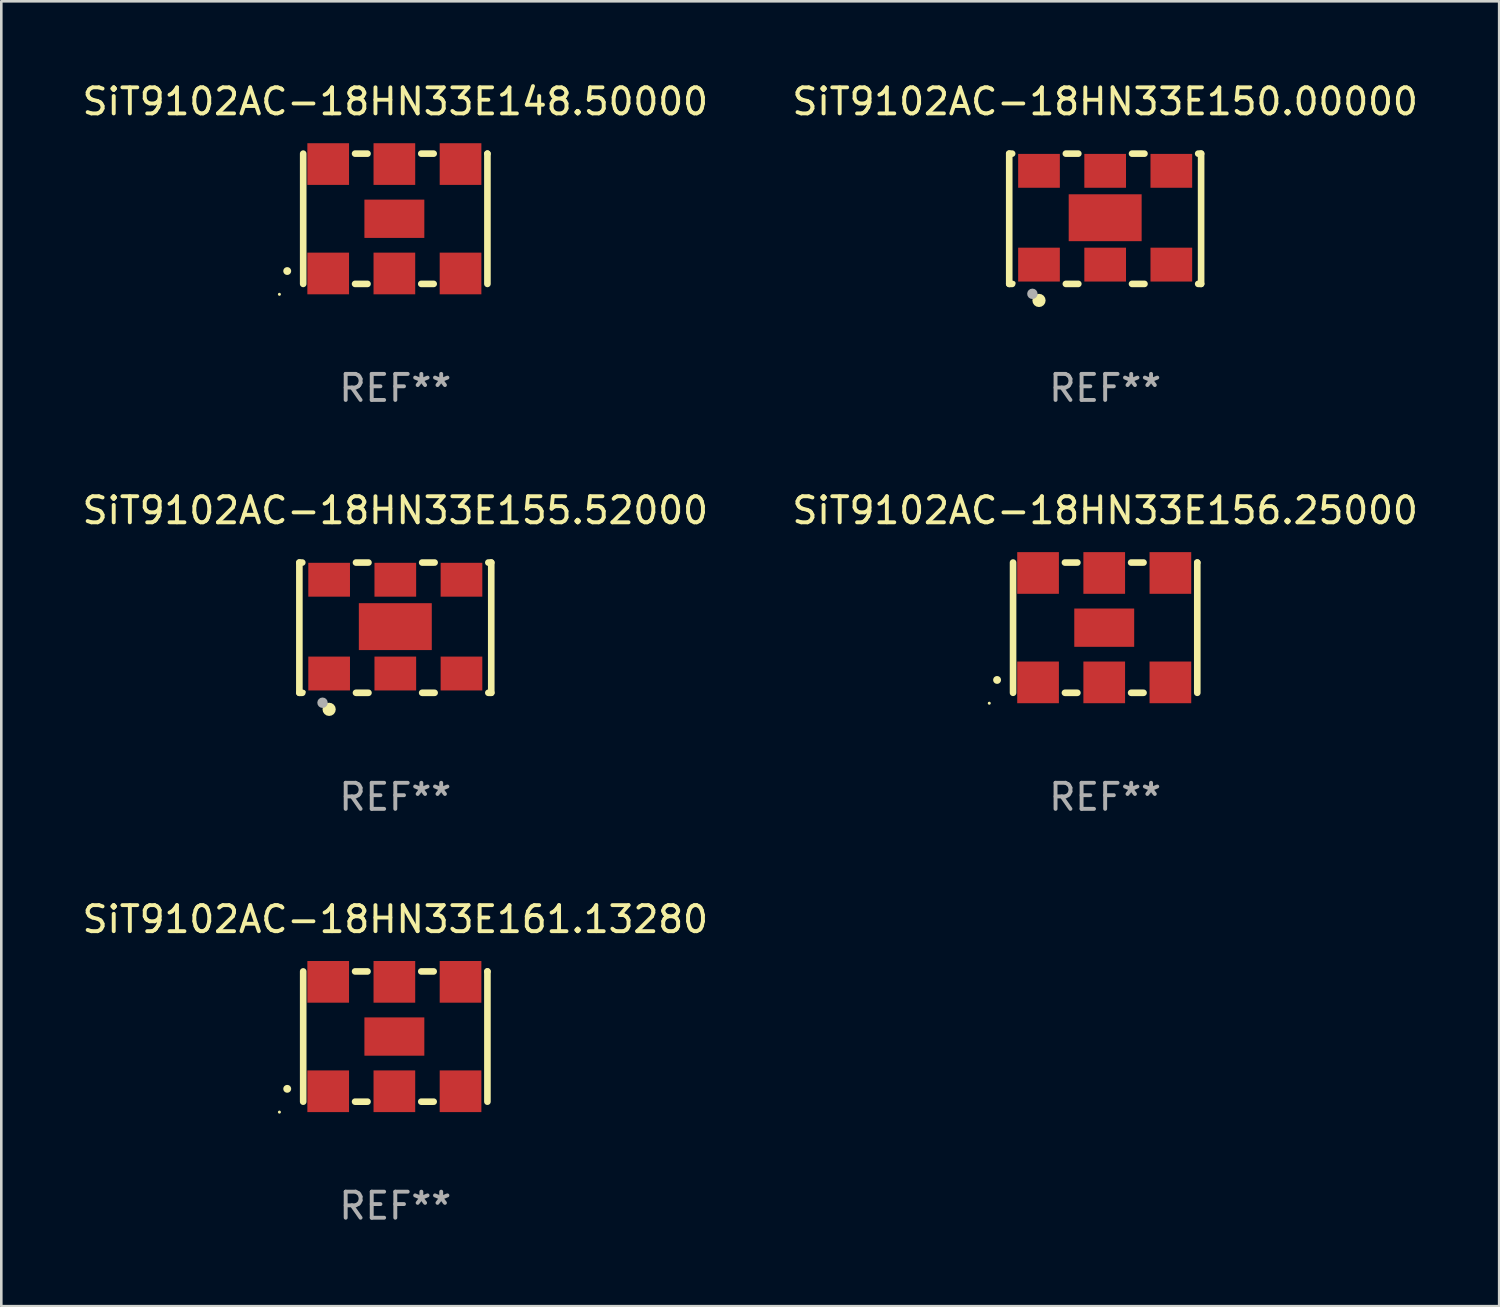
<source format=kicad_pcb>
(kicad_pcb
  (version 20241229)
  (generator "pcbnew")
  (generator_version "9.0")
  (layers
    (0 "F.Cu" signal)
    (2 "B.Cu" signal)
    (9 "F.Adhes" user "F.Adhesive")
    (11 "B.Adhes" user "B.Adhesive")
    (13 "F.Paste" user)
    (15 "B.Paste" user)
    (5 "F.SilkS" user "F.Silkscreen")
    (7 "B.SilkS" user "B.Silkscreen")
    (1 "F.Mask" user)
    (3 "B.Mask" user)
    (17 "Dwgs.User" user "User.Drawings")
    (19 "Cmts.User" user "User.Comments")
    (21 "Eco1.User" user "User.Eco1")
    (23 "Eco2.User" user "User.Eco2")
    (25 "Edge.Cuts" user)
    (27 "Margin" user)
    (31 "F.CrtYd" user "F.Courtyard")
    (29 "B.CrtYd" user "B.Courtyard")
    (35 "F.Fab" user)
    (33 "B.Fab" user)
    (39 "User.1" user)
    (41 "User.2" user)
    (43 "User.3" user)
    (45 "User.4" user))
  (footprint "SiT9102AC-18HN33E161.13280"
    (layer "F.Cu")
    (at 12.125 36.741)
    (property "Reference" "SiT9102AC-18HN33E161.13280" (at 0 -4.5 0) (layer "F.SilkS") (effects (font (size 1 1) (thickness 0.15))))
    (attr through_hole)
    (fp_line (start -3.536 -2.5) (end -3.536 2.5) (stroke (width 0.254) (type solid)) (layer "F.SilkS"))
    (fp_line (start -1.544 2.5) (end -1.067 2.5) (stroke (width 0.254) (type solid)) (layer "F.SilkS"))
    (fp_line (start -1.067 -2.5) (end -1.544 -2.5) (stroke (width 0.254) (type solid)) (layer "F.SilkS"))
    (fp_line (start 0.996 2.5) (end 1.473 2.5) (stroke (width 0.254) (type solid)) (layer "F.SilkS"))
    (fp_line (start 1.473 -2.5) (end 0.996 -2.5) (stroke (width 0.254) (type solid)) (layer "F.SilkS"))
    (fp_line (start 3.536 -2.5) (end 3.536 -2.5) (stroke (width 0.254) (type solid)) (layer "F.SilkS"))
    (fp_line (start 3.536 2.5) (end 3.536 -2.5) (stroke (width 0.254) (type solid)) (layer "F.SilkS"))
    (fp_arc (start -4.150432 2.006604) (mid -4.149162 2.006599) (end -4.147892 2.006604) (stroke (width 0.3) (type solid)) (layer "F.SilkS"))
    (fp_circle (center -4.449 2.9) (end -4.419 2.9) (stroke (width 0.06) (type solid)) (fill no) (layer "F.SilkS"))
    (fp_text user "REF**" (at 0 6.5 0) (layer "F.Fab") (effects (font (size 1 1) (thickness 0.15))))
    (pad "1" smd rect (at -2.576 2.1) (size 1.6 1.6) (layers "F.Cu" "F.Mask" "F.Paste"))
    (pad "2" smd rect (at -0.036 2.1) (size 1.6 1.6) (layers "F.Cu" "F.Mask" "F.Paste"))
    (pad "3" smd rect (at 2.504 2.1) (size 1.6 1.6) (layers "F.Cu" "F.Mask" "F.Paste"))
    (pad "4" smd rect (at 2.504 -2.1) (size 1.6 1.6) (layers "F.Cu" "F.Mask" "F.Paste"))
    (pad "5" smd rect (at -0.036 -2.1) (size 1.6 1.6) (layers "F.Cu" "F.Mask" "F.Paste"))
    (pad "6" smd rect (at -2.576 -2.1) (size 1.6 1.6) (layers "F.Cu" "F.Mask" "F.Paste"))
    (pad "7" smd rect (at -0.036 0) (size 2.3 1.47) (layers "F.Cu" "F.Mask" "F.Paste")))
  (footprint "SiT9102AC-18HN33E150.00000"
    (layer "F.Cu")
    (at 39.375 5.348)
    (property "Reference" "SiT9102AC-18HN33E150.00000" (at 0 -4.5 0) (layer "F.SilkS") (effects (font (size 1 1) (thickness 0.15))))
    (attr through_hole)
    (fp_line (start -3.683 -2.5) (end -3.571 -2.5) (stroke (width 0.254) (type solid)) (layer "F.SilkS"))
    (fp_line (start -3.683 2.5) (end -3.683 -2.5) (stroke (width 0.254) (type solid)) (layer "F.SilkS"))
    (fp_line (start -3.683 2.5) (end -3.571 2.5) (stroke (width 0.254) (type solid)) (layer "F.SilkS"))
    (fp_line (start -1.509 -2.5) (end -1.031 -2.5) (stroke (width 0.254) (type solid)) (layer "F.SilkS"))
    (fp_line (start -1.509 2.5) (end -1.031 2.5) (stroke (width 0.254) (type solid)) (layer "F.SilkS"))
    (fp_line (start 1.031 -2.5) (end 1.509 -2.5) (stroke (width 0.254) (type solid)) (layer "F.SilkS"))
    (fp_line (start 1.031 2.5) (end 1.509 2.5) (stroke (width 0.254) (type solid)) (layer "F.SilkS"))
    (fp_line (start 3.571 -2.5) (end 3.683 -2.5) (stroke (width 0.254) (type solid)) (layer "F.SilkS"))
    (fp_line (start 3.571 2.5) (end 3.683 2.5) (stroke (width 0.254) (type solid)) (layer "F.SilkS"))
    (fp_line (start 3.683 2.5) (end 3.683 -2.5) (stroke (width 0.254) (type solid)) (layer "F.SilkS"))
    (fp_circle (center -3.5 2.46) (end -3.47 2.46) (stroke (width 0.06) (type solid)) (fill no) (layer "F.SilkS"))
    (fp_circle (center -2.54 3.135) (end -2.413 3.135) (stroke (width 0.254) (type solid)) (fill no) (layer "F.SilkS"))
    (fp_circle (center -2.794 2.881) (end -2.694 2.881) (stroke (width 0.2) (type solid)) (fill no) (layer "F.Fab"))
    (fp_text user "REF**" (at 0 6.5 0) (layer "F.Fab") (effects (font (size 1 1) (thickness 0.15))))
    (pad "1" smd rect (at -2.54 1.76) (size 1.6 1.3) (layers "F.Cu" "F.Mask" "F.Paste"))
    (pad "2" smd rect (at 0 1.76) (size 1.6 1.3) (layers "F.Cu" "F.Mask" "F.Paste"))
    (pad "3" smd rect (at 2.54 1.76) (size 1.6 1.3) (layers "F.Cu" "F.Mask" "F.Paste"))
    (pad "4" smd rect (at 2.54 -1.84) (size 1.6 1.3) (layers "F.Cu" "F.Mask" "F.Paste"))
    (pad "5" smd rect (at 0 -1.84) (size 1.6 1.3) (layers "F.Cu" "F.Mask" "F.Paste"))
    (pad "6" smd rect (at -2.54 -1.84) (size 1.6 1.3) (layers "F.Cu" "F.Mask" "F.Paste"))
    (pad "7" smd rect (at 0 -0.04) (size 2.8 1.8) (layers "F.Cu" "F.Mask" "F.Paste")))
  (footprint "SiT9102AC-18HN33E148.50000"
    (layer "F.Cu")
    (at 12.125 5.348)
    (property "Reference" "SiT9102AC-18HN33E148.50000" (at 0 -4.5 0) (layer "F.SilkS") (effects (font (size 1 1) (thickness 0.15))))
    (attr through_hole)
    (fp_line (start -3.536 -2.5) (end -3.536 2.5) (stroke (width 0.254) (type solid)) (layer "F.SilkS"))
    (fp_line (start -1.544 2.5) (end -1.067 2.5) (stroke (width 0.254) (type solid)) (layer "F.SilkS"))
    (fp_line (start -1.067 -2.5) (end -1.544 -2.5) (stroke (width 0.254) (type solid)) (layer "F.SilkS"))
    (fp_line (start 0.996 2.5) (end 1.473 2.5) (stroke (width 0.254) (type solid)) (layer "F.SilkS"))
    (fp_line (start 1.473 -2.5) (end 0.996 -2.5) (stroke (width 0.254) (type solid)) (layer "F.SilkS"))
    (fp_line (start 3.536 -2.5) (end 3.536 -2.5) (stroke (width 0.254) (type solid)) (layer "F.SilkS"))
    (fp_line (start 3.536 2.5) (end 3.536 -2.5) (stroke (width 0.254) (type solid)) (layer "F.SilkS"))
    (fp_arc (start -4.150432 2.006604) (mid -4.149162 2.006599) (end -4.147892 2.006604) (stroke (width 0.3) (type solid)) (layer "F.SilkS"))
    (fp_circle (center -4.449 2.9) (end -4.419 2.9) (stroke (width 0.06) (type solid)) (fill no) (layer "F.SilkS"))
    (fp_text user "REF**" (at 0 6.5 0) (layer "F.Fab") (effects (font (size 1 1) (thickness 0.15))))
    (pad "1" smd rect (at -2.576 2.1) (size 1.6 1.6) (layers "F.Cu" "F.Mask" "F.Paste"))
    (pad "2" smd rect (at -0.036 2.1) (size 1.6 1.6) (layers "F.Cu" "F.Mask" "F.Paste"))
    (pad "3" smd rect (at 2.504 2.1) (size 1.6 1.6) (layers "F.Cu" "F.Mask" "F.Paste"))
    (pad "4" smd rect (at 2.504 -2.1) (size 1.6 1.6) (layers "F.Cu" "F.Mask" "F.Paste"))
    (pad "5" smd rect (at -0.036 -2.1) (size 1.6 1.6) (layers "F.Cu" "F.Mask" "F.Paste"))
    (pad "6" smd rect (at -2.576 -2.1) (size 1.6 1.6) (layers "F.Cu" "F.Mask" "F.Paste"))
    (pad "7" smd rect (at -0.036 0) (size 2.3 1.47) (layers "F.Cu" "F.Mask" "F.Paste")))
  (footprint "SiT9102AC-18HN33E156.25000"
    (layer "F.Cu")
    (at 39.375 21.045)
    (property "Reference" "SiT9102AC-18HN33E156.25000" (at 0 -4.5 0) (layer "F.SilkS") (effects (font (size 1 1) (thickness 0.15))))
    (attr through_hole)
    (fp_line (start -3.536 -2.5) (end -3.536 2.5) (stroke (width 0.254) (type solid)) (layer "F.SilkS"))
    (fp_line (start -1.544 2.5) (end -1.067 2.5) (stroke (width 0.254) (type solid)) (layer "F.SilkS"))
    (fp_line (start -1.067 -2.5) (end -1.544 -2.5) (stroke (width 0.254) (type solid)) (layer "F.SilkS"))
    (fp_line (start 0.996 2.5) (end 1.473 2.5) (stroke (width 0.254) (type solid)) (layer "F.SilkS"))
    (fp_line (start 1.473 -2.5) (end 0.996 -2.5) (stroke (width 0.254) (type solid)) (layer "F.SilkS"))
    (fp_line (start 3.536 -2.5) (end 3.536 -2.5) (stroke (width 0.254) (type solid)) (layer "F.SilkS"))
    (fp_line (start 3.536 2.5) (end 3.536 -2.5) (stroke (width 0.254) (type solid)) (layer "F.SilkS"))
    (fp_arc (start -4.150432 2.006604) (mid -4.149162 2.006599) (end -4.147892 2.006604) (stroke (width 0.3) (type solid)) (layer "F.SilkS"))
    (fp_circle (center -4.449 2.9) (end -4.419 2.9) (stroke (width 0.06) (type solid)) (fill no) (layer "F.SilkS"))
    (fp_text user "REF**" (at 0 6.5 0) (layer "F.Fab") (effects (font (size 1 1) (thickness 0.15))))
    (pad "1" smd rect (at -2.576 2.1) (size 1.6 1.6) (layers "F.Cu" "F.Mask" "F.Paste"))
    (pad "2" smd rect (at -0.036 2.1) (size 1.6 1.6) (layers "F.Cu" "F.Mask" "F.Paste"))
    (pad "3" smd rect (at 2.504 2.1) (size 1.6 1.6) (layers "F.Cu" "F.Mask" "F.Paste"))
    (pad "4" smd rect (at 2.504 -2.1) (size 1.6 1.6) (layers "F.Cu" "F.Mask" "F.Paste"))
    (pad "5" smd rect (at -0.036 -2.1) (size 1.6 1.6) (layers "F.Cu" "F.Mask" "F.Paste"))
    (pad "6" smd rect (at -2.576 -2.1) (size 1.6 1.6) (layers "F.Cu" "F.Mask" "F.Paste"))
    (pad "7" smd rect (at -0.036 0) (size 2.3 1.47) (layers "F.Cu" "F.Mask" "F.Paste")))
  (footprint "SiT9102AC-18HN33E155.52000"
    (layer "F.Cu")
    (at 12.125 21.045)
    (property "Reference" "SiT9102AC-18HN33E155.52000" (at 0 -4.5 0) (layer "F.SilkS") (effects (font (size 1 1) (thickness 0.15))))
    (attr through_hole)
    (fp_line (start -3.683 -2.5) (end -3.571 -2.5) (stroke (width 0.254) (type solid)) (layer "F.SilkS"))
    (fp_line (start -3.683 2.5) (end -3.683 -2.5) (stroke (width 0.254) (type solid)) (layer "F.SilkS"))
    (fp_line (start -3.683 2.5) (end -3.571 2.5) (stroke (width 0.254) (type solid)) (layer "F.SilkS"))
    (fp_line (start -1.509 -2.5) (end -1.031 -2.5) (stroke (width 0.254) (type solid)) (layer "F.SilkS"))
    (fp_line (start -1.509 2.5) (end -1.031 2.5) (stroke (width 0.254) (type solid)) (layer "F.SilkS"))
    (fp_line (start 1.031 -2.5) (end 1.509 -2.5) (stroke (width 0.254) (type solid)) (layer "F.SilkS"))
    (fp_line (start 1.031 2.5) (end 1.509 2.5) (stroke (width 0.254) (type solid)) (layer "F.SilkS"))
    (fp_line (start 3.571 -2.5) (end 3.683 -2.5) (stroke (width 0.254) (type solid)) (layer "F.SilkS"))
    (fp_line (start 3.571 2.5) (end 3.683 2.5) (stroke (width 0.254) (type solid)) (layer "F.SilkS"))
    (fp_line (start 3.683 2.5) (end 3.683 -2.5) (stroke (width 0.254) (type solid)) (layer "F.SilkS"))
    (fp_circle (center -3.5 2.46) (end -3.47 2.46) (stroke (width 0.06) (type solid)) (fill no) (layer "F.SilkS"))
    (fp_circle (center -2.54 3.135) (end -2.413 3.135) (stroke (width 0.254) (type solid)) (fill no) (layer "F.SilkS"))
    (fp_circle (center -2.794 2.881) (end -2.694 2.881) (stroke (width 0.2) (type solid)) (fill no) (layer "F.Fab"))
    (fp_text user "REF**" (at 0 6.5 0) (layer "F.Fab") (effects (font (size 1 1) (thickness 0.15))))
    (pad "1" smd rect (at -2.54 1.76) (size 1.6 1.3) (layers "F.Cu" "F.Mask" "F.Paste"))
    (pad "2" smd rect (at 0 1.76) (size 1.6 1.3) (layers "F.Cu" "F.Mask" "F.Paste"))
    (pad "3" smd rect (at 2.54 1.76) (size 1.6 1.3) (layers "F.Cu" "F.Mask" "F.Paste"))
    (pad "4" smd rect (at 2.54 -1.84) (size 1.6 1.3) (layers "F.Cu" "F.Mask" "F.Paste"))
    (pad "5" smd rect (at 0 -1.84) (size 1.6 1.3) (layers "F.Cu" "F.Mask" "F.Paste"))
    (pad "6" smd rect (at -2.54 -1.84) (size 1.6 1.3) (layers "F.Cu" "F.Mask" "F.Paste"))
    (pad "7" smd rect (at 0 -0.04) (size 2.8 1.8) (layers "F.Cu" "F.Mask" "F.Paste")))
  (gr_rect
    (start -3 -3)
    (end 54.5 47.09)
    (stroke (width 0.1) (type default))
    (fill no)
    (layer "Edge.Cuts")))
</source>
